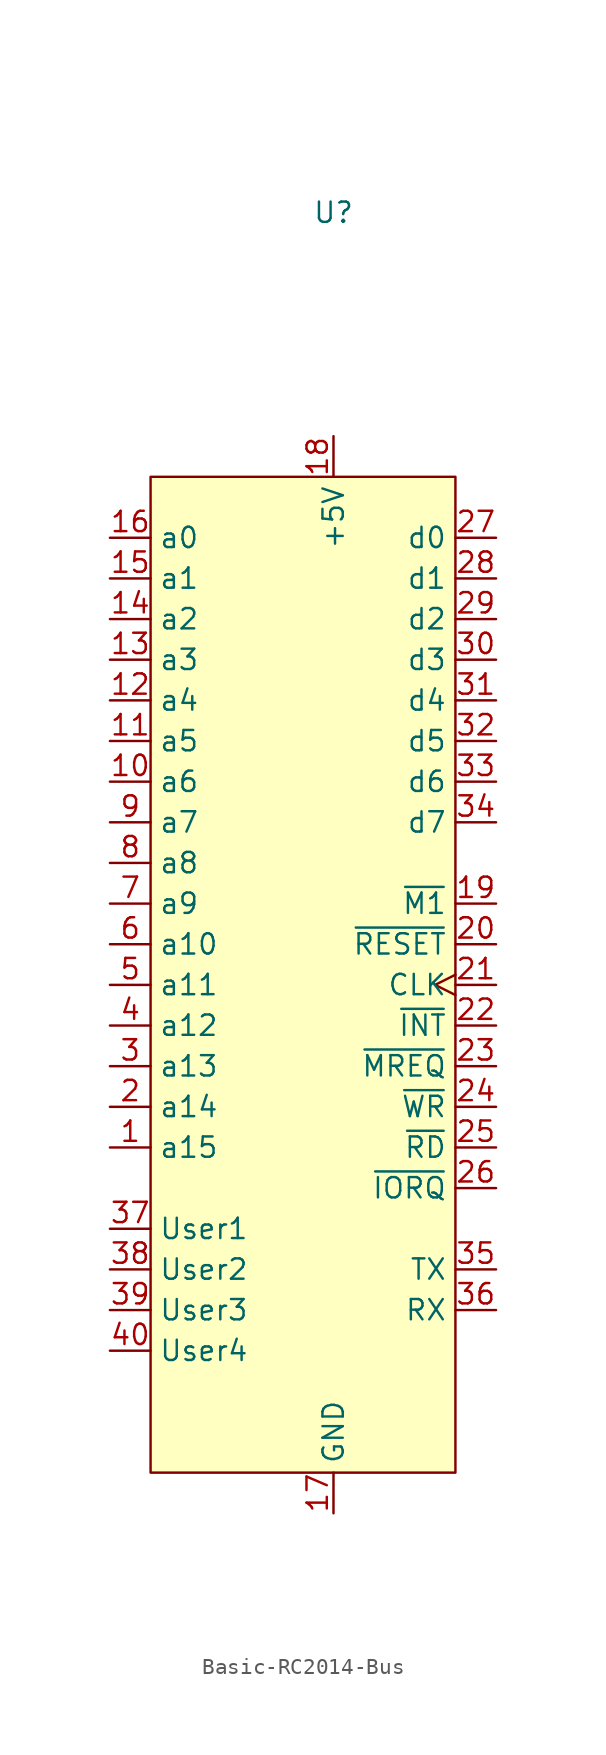
<source format=kicad_sym>
(kicad_symbol_lib
  (version 20220914)
  (generator kicad_symbol_editor)
  (symbol "Basic-RC2014-Bus"
    (property "Reference" "U"
      (at 0 0 0)
      (effects (font (size 1.27 1.27))))
    (property "Value" ""
      (at 0 0 0)
      (effects (font (size 1.27 1.27))))
    (symbol "Basic-RC2014-Bus_1_1"
      (rectangle (start -11.43 -16.51) (end 7.62 -78.74) (stroke (width 0) (type default)) (fill (type background)))
      (pin bidirectional line (at -13.97 -58.42 0) (length 2.54) (name "a15" (effects (font (size 1.27 1.27)))) (number "1" (effects (font (size 1.27 1.27)))))
      (pin bidirectional line (at -13.97 -35.56 0) (length 2.54) (name "a6" (effects (font (size 1.27 1.27)))) (number "10" (effects (font (size 1.27 1.27)))))
      (pin bidirectional line (at -13.97 -33.02 0) (length 2.54) (name "a5" (effects (font (size 1.27 1.27)))) (number "11" (effects (font (size 1.27 1.27)))))
      (pin bidirectional line (at -13.97 -30.48 0) (length 2.54) (name "a4" (effects (font (size 1.27 1.27)))) (number "12" (effects (font (size 1.27 1.27)))))
      (pin bidirectional line (at -13.97 -27.94 0) (length 2.54) (name "a3" (effects (font (size 1.27 1.27)))) (number "13" (effects (font (size 1.27 1.27)))))
      (pin bidirectional line (at -13.97 -25.4 0) (length 2.54) (name "a2" (effects (font (size 1.27 1.27)))) (number "14" (effects (font (size 1.27 1.27)))))
      (pin bidirectional line (at -13.97 -22.86 0) (length 2.54) (name "a1" (effects (font (size 1.27 1.27)))) (number "15" (effects (font (size 1.27 1.27)))))
      (pin bidirectional line (at -13.97 -20.32 0) (length 2.54) (name "a0" (effects (font (size 1.27 1.27)))) (number "16" (effects (font (size 1.27 1.27)))))
      (pin power_in line (at 0 -81.28 90) (length 2.54) (name "GND" (effects (font (size 1.27 1.27)))) (number "17" (effects (font (size 1.27 1.27)))))
      (pin power_in line (at 0 -13.97 270) (length 2.54) (name "+5V" (effects (font (size 1.27 1.27)))) (number "18" (effects (font (size 1.27 1.27)))))
      (pin bidirectional line (at 10.16 -43.18 180) (length 2.54) (name "~{M1}" (effects (font (size 1.27 1.27)))) (number "19" (effects (font (size 1.27 1.27)))))
      (pin bidirectional line (at -13.97 -55.88 0) (length 2.54) (name "a14" (effects (font (size 1.27 1.27)))) (number "2" (effects (font (size 1.27 1.27)))))
      (pin bidirectional line (at 10.16 -45.72 180) (length 2.54) (name "~{RESET}" (effects (font (size 1.27 1.27)))) (number "20" (effects (font (size 1.27 1.27)))))
      (pin bidirectional clock (at 10.16 -48.26 180) (length 2.54) (name "CLK" (effects (font (size 1.27 1.27)))) (number "21" (effects (font (size 1.27 1.27)))))
      (pin bidirectional line (at 10.16 -50.8 180) (length 2.54) (name "~{INT}" (effects (font (size 1.27 1.27)))) (number "22" (effects (font (size 1.27 1.27)))))
      (pin bidirectional line (at 10.16 -53.34 180) (length 2.54) (name "~{MREQ}" (effects (font (size 1.27 1.27)))) (number "23" (effects (font (size 1.27 1.27)))))
      (pin bidirectional line (at 10.16 -55.88 180) (length 2.54) (name "~{WR}" (effects (font (size 1.27 1.27)))) (number "24" (effects (font (size 1.27 1.27)))))
      (pin bidirectional line (at 10.16 -58.42 180) (length 2.54) (name "~{RD}" (effects (font (size 1.27 1.27)))) (number "25" (effects (font (size 1.27 1.27)))))
      (pin bidirectional line (at 10.16 -60.96 180) (length 2.54) (name "~{IORQ}" (effects (font (size 1.27 1.27)))) (number "26" (effects (font (size 1.27 1.27)))))
      (pin bidirectional line (at 10.16 -20.32 180) (length 2.54) (name "d0" (effects (font (size 1.27 1.27)))) (number "27" (effects (font (size 1.27 1.27)))))
      (pin bidirectional line (at 10.16 -22.86 180) (length 2.54) (name "d1" (effects (font (size 1.27 1.27)))) (number "28" (effects (font (size 1.27 1.27)))))
      (pin bidirectional line (at 10.16 -25.4 180) (length 2.54) (name "d2" (effects (font (size 1.27 1.27)))) (number "29" (effects (font (size 1.27 1.27)))))
      (pin bidirectional line (at -13.97 -53.34 0) (length 2.54) (name "a13" (effects (font (size 1.27 1.27)))) (number "3" (effects (font (size 1.27 1.27)))))
      (pin bidirectional line (at 10.16 -27.94 180) (length 2.54) (name "d3" (effects (font (size 1.27 1.27)))) (number "30" (effects (font (size 1.27 1.27)))))
      (pin bidirectional line (at 10.16 -30.48 180) (length 2.54) (name "d4" (effects (font (size 1.27 1.27)))) (number "31" (effects (font (size 1.27 1.27)))))
      (pin bidirectional line (at 10.16 -33.02 180) (length 2.54) (name "d5" (effects (font (size 1.27 1.27)))) (number "32" (effects (font (size 1.27 1.27)))))
      (pin bidirectional line (at 10.16 -35.56 180) (length 2.54) (name "d6" (effects (font (size 1.27 1.27)))) (number "33" (effects (font (size 1.27 1.27)))))
      (pin bidirectional line (at 10.16 -38.1 180) (length 2.54) (name "d7" (effects (font (size 1.27 1.27)))) (number "34" (effects (font (size 1.27 1.27)))))
      (pin bidirectional line (at 10.16 -66.04 180) (length 2.54) (name "TX" (effects (font (size 1.27 1.27)))) (number "35" (effects (font (size 1.27 1.27)))))
      (pin bidirectional line (at 10.16 -68.58 180) (length 2.54) (name "RX" (effects (font (size 1.27 1.27)))) (number "36" (effects (font (size 1.27 1.27)))))
      (pin bidirectional line (at -13.97 -63.5 0) (length 2.54) (name "User1" (effects (font (size 1.27 1.27)))) (number "37" (effects (font (size 1.27 1.27)))))
      (pin bidirectional line (at -13.97 -66.04 0) (length 2.54) (name "User2" (effects (font (size 1.27 1.27)))) (number "38" (effects (font (size 1.27 1.27)))))
      (pin bidirectional line (at -13.97 -68.58 0) (length 2.54) (name "User3" (effects (font (size 1.27 1.27)))) (number "39" (effects (font (size 1.27 1.27)))))
      (pin bidirectional line (at -13.97 -50.8 0) (length 2.54) (name "a12" (effects (font (size 1.27 1.27)))) (number "4" (effects (font (size 1.27 1.27)))))
      (pin bidirectional line (at -13.97 -71.12 0) (length 2.54) (name "User4" (effects (font (size 1.27 1.27)))) (number "40" (effects (font (size 1.27 1.27)))))
      (pin bidirectional line (at -13.97 -48.26 0) (length 2.54) (name "a11" (effects (font (size 1.27 1.27)))) (number "5" (effects (font (size 1.27 1.27)))))
      (pin bidirectional line (at -13.97 -45.72 0) (length 2.54) (name "a10" (effects (font (size 1.27 1.27)))) (number "6" (effects (font (size 1.27 1.27)))))
      (pin bidirectional line (at -13.97 -43.18 0) (length 2.54) (name "a9" (effects (font (size 1.27 1.27)))) (number "7" (effects (font (size 1.27 1.27)))))
      (pin bidirectional line (at -13.97 -40.64 0) (length 2.54) (name "a8" (effects (font (size 1.27 1.27)))) (number "8" (effects (font (size 1.27 1.27)))))
      (pin bidirectional line (at -13.97 -38.1 0) (length 2.54) (name "a7" (effects (font (size 1.27 1.27)))) (number "9" (effects (font (size 1.27 1.27))))))))
</source>
